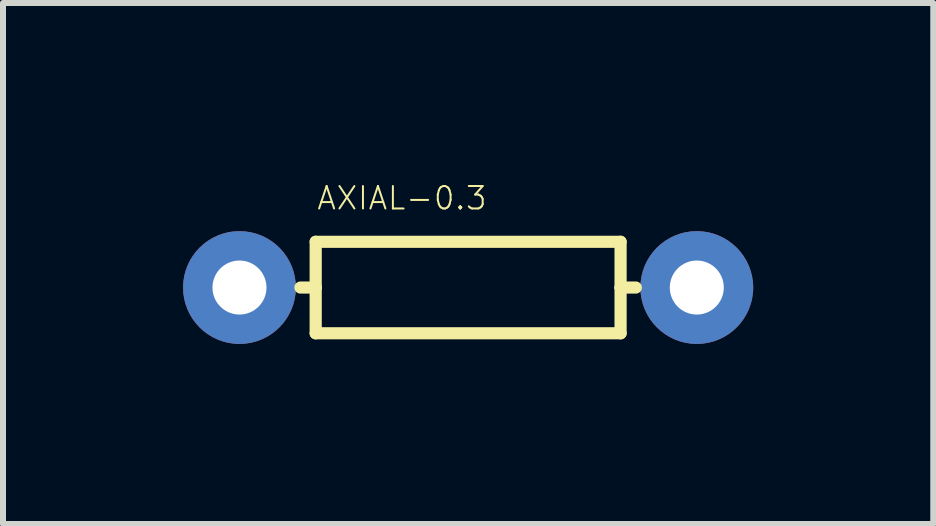
<source format=kicad_pcb>
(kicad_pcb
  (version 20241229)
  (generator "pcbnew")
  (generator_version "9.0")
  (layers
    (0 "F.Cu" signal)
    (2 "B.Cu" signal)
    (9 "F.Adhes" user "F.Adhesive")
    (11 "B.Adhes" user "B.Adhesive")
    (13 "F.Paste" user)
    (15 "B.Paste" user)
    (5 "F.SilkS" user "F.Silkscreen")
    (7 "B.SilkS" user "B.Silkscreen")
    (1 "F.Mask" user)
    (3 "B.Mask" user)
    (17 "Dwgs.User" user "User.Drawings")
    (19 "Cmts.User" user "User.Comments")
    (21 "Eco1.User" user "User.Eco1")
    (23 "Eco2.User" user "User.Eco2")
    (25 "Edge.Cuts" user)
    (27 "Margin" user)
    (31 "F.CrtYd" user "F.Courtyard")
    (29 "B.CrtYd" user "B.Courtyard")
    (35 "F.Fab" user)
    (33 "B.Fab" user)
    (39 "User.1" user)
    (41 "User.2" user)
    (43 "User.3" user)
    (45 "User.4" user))
  (footprint "AXIAL-0.3"
    (layer "F.Cu")
    (at 4.75 1.741)
    (property "Reference" "AXIAL-0.3" (at -2.54 -1.27 0) (unlocked yes) (layer "F.SilkS") (effects (font (size 0.374 0.374) (thickness 0.033)) (justify left bottom)))
    (fp_line (start -2.54 -0.762) (end 2.54 -0.762) (stroke (width 0.203) (type solid)) (layer "F.SilkS"))
    (fp_line (start -2.54 0) (end -2.794 0) (stroke (width 0.203) (type solid)) (layer "F.SilkS"))
    (fp_line (start -2.54 0) (end -2.54 -0.762) (stroke (width 0.203) (type solid)) (layer "F.SilkS"))
    (fp_line (start -2.54 0.762) (end -2.54 0) (stroke (width 0.203) (type solid)) (layer "F.SilkS"))
    (fp_line (start 2.54 -0.762) (end 2.54 0) (stroke (width 0.203) (type solid)) (layer "F.SilkS"))
    (fp_line (start 2.54 0) (end 2.54 0.762) (stroke (width 0.203) (type solid)) (layer "F.SilkS"))
    (fp_line (start 2.54 0) (end 2.794 0) (stroke (width 0.203) (type solid)) (layer "F.SilkS"))
    (fp_line (start 2.54 0.762) (end -2.54 0.762) (stroke (width 0.203) (type solid)) (layer "F.SilkS"))
    (pad "P$1" thru_hole circle (at -3.81 0) (size 1.88 1.88) (drill 0.9) (layers "*.Cu" "*.Mask"))
    (pad "P$2" thru_hole circle (at 3.81 0) (size 1.88 1.88) (drill 0.9) (layers "*.Cu" "*.Mask")))
  (gr_rect
    (start -3 -3)
    (end 12.5 5.681)
    (stroke (width 0.1) (type default))
    (fill no)
    (layer "Edge.Cuts")))
</source>
